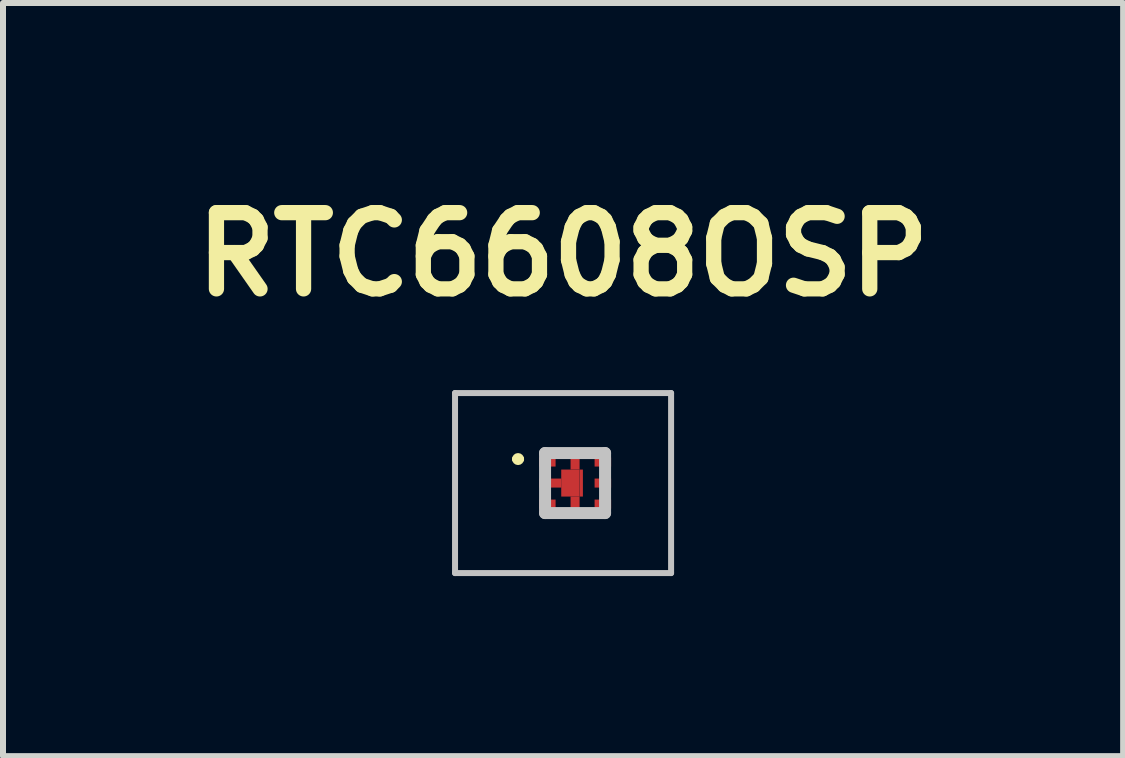
<source format=kicad_pcb>
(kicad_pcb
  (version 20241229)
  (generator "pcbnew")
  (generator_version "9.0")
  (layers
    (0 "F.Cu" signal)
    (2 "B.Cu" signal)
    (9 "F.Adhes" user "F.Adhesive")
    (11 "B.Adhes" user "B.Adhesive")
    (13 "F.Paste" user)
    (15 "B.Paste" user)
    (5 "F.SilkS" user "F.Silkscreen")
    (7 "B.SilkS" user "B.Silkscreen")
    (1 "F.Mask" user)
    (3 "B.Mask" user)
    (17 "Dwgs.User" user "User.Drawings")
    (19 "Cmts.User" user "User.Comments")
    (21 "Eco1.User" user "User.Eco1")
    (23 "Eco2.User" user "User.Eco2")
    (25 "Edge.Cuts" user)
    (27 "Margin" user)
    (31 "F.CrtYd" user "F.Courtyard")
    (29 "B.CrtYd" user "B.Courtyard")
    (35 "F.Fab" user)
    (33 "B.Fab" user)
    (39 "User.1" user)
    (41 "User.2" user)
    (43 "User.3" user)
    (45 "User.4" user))
  (footprint "RTC6608OSP"
    (layer "F.Cu")
    (at 6.532 4.999)
    (property "Reference" "RTC6608OSP" (at -0.2 -3.81 0) (layer "F.SilkS") (effects (font (size 1.27 1.27) (thickness 0.254))))
    (attr smd)
    (fp_line (start -1 -0.4) (end -1 -0.4) (stroke (width 0.1) (type solid)) (layer "F.SilkS"))
    (fp_line (start -0.9 -0.4) (end -0.9 -0.4) (stroke (width 0.1) (type solid)) (layer "F.SilkS"))
    (fp_arc (start -1 -0.4) (mid -0.95 -0.45) (end -0.9 -0.4) (stroke (width 0.1) (type solid)) (layer "F.SilkS"))
    (fp_arc (start -0.9 -0.4) (mid -0.95 -0.35) (end -1 -0.4) (stroke (width 0.1) (type solid)) (layer "F.SilkS"))
    (fp_line (start -2 -1.5) (end 1.6 -1.5) (stroke (width 0.1) (type solid)) (layer "Dwgs.User"))
    (fp_line (start -2 1.5) (end -2 -1.5) (stroke (width 0.1) (type solid)) (layer "Dwgs.User"))
    (fp_line (start -0.5 -0.5) (end 0.5 -0.5) (stroke (width 0.2) (type solid)) (layer "Dwgs.User"))
    (fp_line (start -0.5 0.5) (end -0.5 -0.5) (stroke (width 0.2) (type solid)) (layer "Dwgs.User"))
    (fp_line (start 0.5 -0.5) (end 0.5 0.5) (stroke (width 0.2) (type solid)) (layer "Dwgs.User"))
    (fp_line (start 0.5 0.5) (end -0.5 0.5) (stroke (width 0.2) (type solid)) (layer "Dwgs.User"))
    (fp_line (start 1.6 -1.5) (end 1.6 1.5) (stroke (width 0.1) (type solid)) (layer "Dwgs.User"))
    (fp_line (start 1.6 1.5) (end -2 1.5) (stroke (width 0.1) (type solid)) (layer "Dwgs.User"))
    (pad "1" smd rect (at -0.462 -0.35 90) (size 0.15 0.275) (layers "F.Cu" "F.Mask" "F.Paste"))
    (pad "2" smd rect (at -0.415 0 90) (size 0.15 0.37) (layers "F.Cu" "F.Mask" "F.Paste"))
    (pad "3" smd rect (at -0.462 0.35 90) (size 0.15 0.275) (layers "F.Cu" "F.Mask" "F.Paste"))
    (pad "4" smd rect (at 0.463 0.35 90) (size 0.15 0.275) (layers "F.Cu" "F.Mask" "F.Paste"))
    (pad "5" smd rect (at 0.463 0 90) (size 0.15 0.275) (layers "F.Cu" "F.Mask" "F.Paste"))
    (pad "6" smd rect (at 0.463 -0.35 90) (size 0.15 0.275) (layers "F.Cu" "F.Mask" "F.Paste"))
    (pad "7" smd rect (at 0 -0.363) (size 0.15 0.275) (layers "F.Cu" "F.Mask" "F.Paste"))
    (pad "8" smd rect (at 0 0.362) (size 0.15 0.275) (layers "F.Cu" "F.Mask" "F.Paste"))
    (pad "9" smd rect (at -0.078 0) (size 0.305 0.45) (layers "F.Cu" "F.Mask" "F.Paste"))
    (pad "10" smd rect (at 0.103 0) (size 0.055 0.45) (layers "F.Cu" "F.Mask" "F.Paste")))
  (gr_rect
    (start -3 -3)
    (end 15.664 9.549)
    (stroke (width 0.1) (type default))
    (fill no)
    (layer "Edge.Cuts")))
</source>
